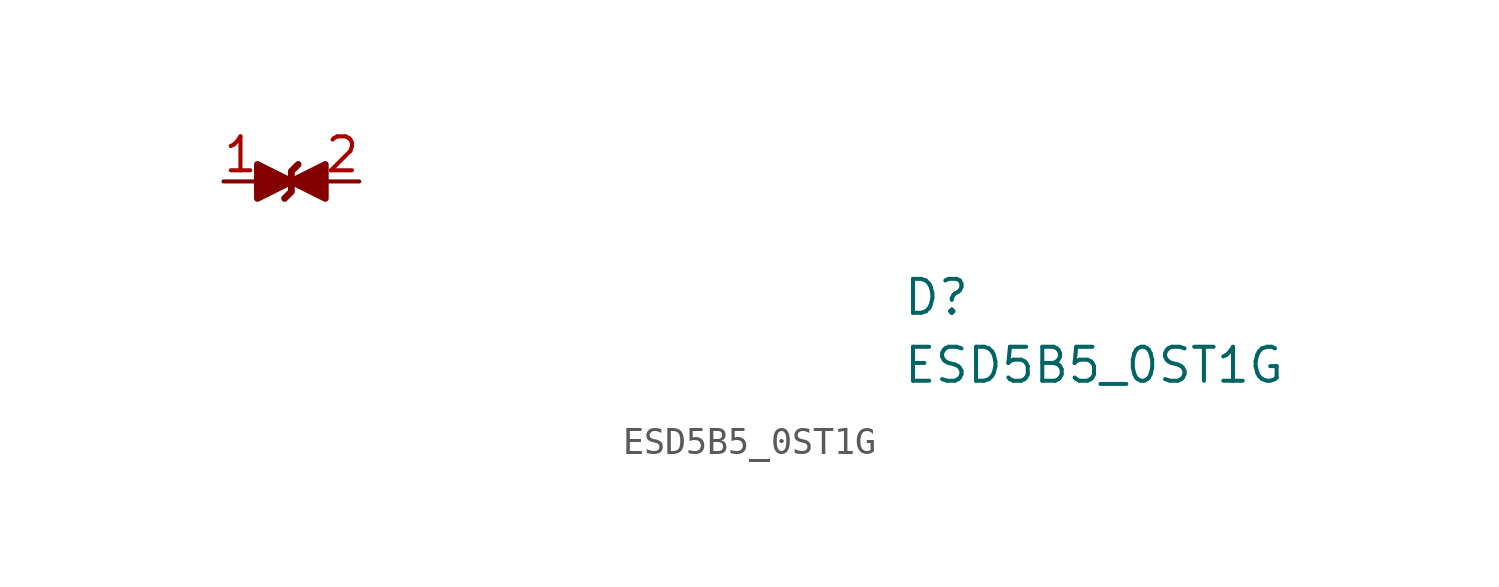
<source format=kicad_sym>
(kicad_symbol_lib
  (version 20211014)
  (generator kicad_symbol_editor)
  (symbol "ESD5B5_0ST1G"
    (pin_names hide)
    (property "Reference" "D"
      (at 25.4 -5.08 0)
      (effects (font (size 1.27 1.27) (thickness 0.15)) (justify left bottom)))
    (property "Value" "ESD5B5_0ST1G"
      (at 25.4 -7.62 0)
      (effects (font (size 1.27 1.27) (thickness 0.15)) (justify left bottom)))
    (symbol "ESD5B5_0ST1G_1_1"
      (polyline (pts (xy 2.286 -0.635) (xy 2.54 -0.381) (xy 2.54 0.381) (xy 2.794 0.635)) (stroke (width 0.254) (type default) (color 0 0 0 0)) (fill (type none)))
      (polyline (pts (xy 2.54 0) (xy 1.27 -0.635) (xy 1.27 0.635) (xy 2.54 0)) (stroke (width 0.254) (type default) (color 0 0 0 0)) (fill (type outline)))
      (polyline (pts (xy 2.54 0) (xy 3.81 0.635) (xy 3.81 -0.635) (xy 2.54 0)) (stroke (width 0.254) (type default) (color 0 0 0 0)) (fill (type outline)))
      (pin passive line (at 0 0 0) (length 1.27) (name "1" (effects (font (size 1.27 1.27)))) (number "1" (effects (font (size 1.27 1.27)))))
      (pin passive line (at 5.08 0 180) (length 1.27) (name "2" (effects (font (size 1.27 1.27)))) (number "2" (effects (font (size 1.27 1.27))))))))
</source>
